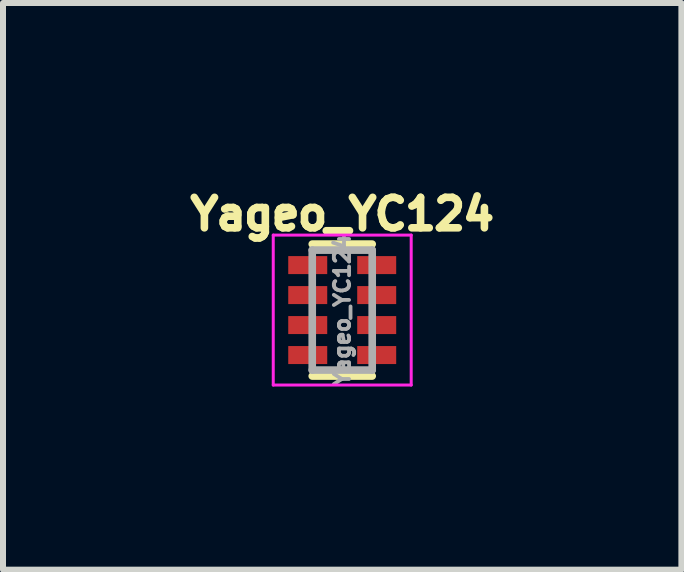
<source format=kicad_pcb>
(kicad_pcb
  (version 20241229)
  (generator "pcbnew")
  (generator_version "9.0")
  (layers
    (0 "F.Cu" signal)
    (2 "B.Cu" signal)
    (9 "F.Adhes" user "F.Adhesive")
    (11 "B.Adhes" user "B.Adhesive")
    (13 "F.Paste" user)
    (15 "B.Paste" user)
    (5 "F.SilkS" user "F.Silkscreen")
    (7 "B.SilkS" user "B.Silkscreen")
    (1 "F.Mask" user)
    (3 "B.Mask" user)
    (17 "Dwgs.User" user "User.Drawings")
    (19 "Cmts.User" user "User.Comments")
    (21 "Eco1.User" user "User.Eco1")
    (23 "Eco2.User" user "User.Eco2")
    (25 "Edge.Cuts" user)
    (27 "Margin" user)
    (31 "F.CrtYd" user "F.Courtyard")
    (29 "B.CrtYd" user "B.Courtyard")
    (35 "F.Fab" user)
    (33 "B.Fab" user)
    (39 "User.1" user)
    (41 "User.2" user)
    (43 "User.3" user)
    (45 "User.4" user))
  (footprint "Yageo_YC124"
    (layer "F.Cu")
    (at 2.656 2.12)
    (property "Reference" "Yageo_YC124" (at 0 -1.6 0) (layer "F.SilkS") (effects (font (size 0.508 0.508) (thickness 0.127))))
    (attr through_hole)
    (fp_line (start -0.5 -1.1) (end 0.5 -1.1) (stroke (width 0.127) (type solid)) (layer "F.SilkS"))
    (fp_line (start -0.5 1.1) (end 0.5 1.1) (stroke (width 0.127) (type solid)) (layer "F.SilkS"))
    (fp_line (start -1.15 -1.25) (end -1.15 1.25) (stroke (width 0.05) (type solid)) (layer "F.CrtYd"))
    (fp_line (start -1.15 -1.25) (end 1.15 -1.25) (stroke (width 0.05) (type solid)) (layer "F.CrtYd"))
    (fp_line (start -1.15 1.25) (end 1.15 1.25) (stroke (width 0.05) (type solid)) (layer "F.CrtYd"))
    (fp_line (start 1.15 -1.25) (end 1.15 1.25) (stroke (width 0.05) (type solid)) (layer "F.CrtYd"))
    (fp_line (start -0.5 -1) (end 0.5 -1) (stroke (width 0.127) (type solid)) (layer "F.Fab"))
    (fp_line (start -0.5 1) (end -0.5 -1) (stroke (width 0.127) (type solid)) (layer "F.Fab"))
    (fp_line (start 0.5 -1) (end 0.5 1) (stroke (width 0.127) (type solid)) (layer "F.Fab"))
    (fp_line (start 0.5 1) (end -0.5 1) (stroke (width 0.127) (type solid)) (layer "F.Fab"))
    (fp_text user "${REFERENCE}" (at 0 0 90) (layer "F.Fab") (effects (font (size 0.254 0.254) (thickness 0.064))))
    (pad "1" smd rect (at -0.575 -0.75) (size 0.65 0.3) (layers "F.Cu" "F.Mask" "F.Paste"))
    (pad "2" smd rect (at -0.575 -0.25) (size 0.65 0.3) (layers "F.Cu" "F.Mask" "F.Paste"))
    (pad "3" smd rect (at -0.575 0.25) (size 0.65 0.3) (layers "F.Cu" "F.Mask" "F.Paste"))
    (pad "4" smd rect (at -0.575 0.75) (size 0.65 0.3) (layers "F.Cu" "F.Mask" "F.Paste"))
    (pad "5" smd rect (at 0.575 0.75) (size 0.65 0.3) (layers "F.Cu" "F.Mask" "F.Paste"))
    (pad "6" smd rect (at 0.575 0.25) (size 0.65 0.3) (layers "F.Cu" "F.Mask" "F.Paste"))
    (pad "7" smd rect (at 0.575 -0.25) (size 0.65 0.3) (layers "F.Cu" "F.Mask" "F.Paste"))
    (pad "8" smd rect (at 0.575 -0.75) (size 0.65 0.3) (layers "F.Cu" "F.Mask" "F.Paste")))
  (gr_rect
    (start -3 -3)
    (end 8.311 6.448)
    (stroke (width 0.1) (type default))
    (fill no)
    (layer "Edge.Cuts")))
</source>
